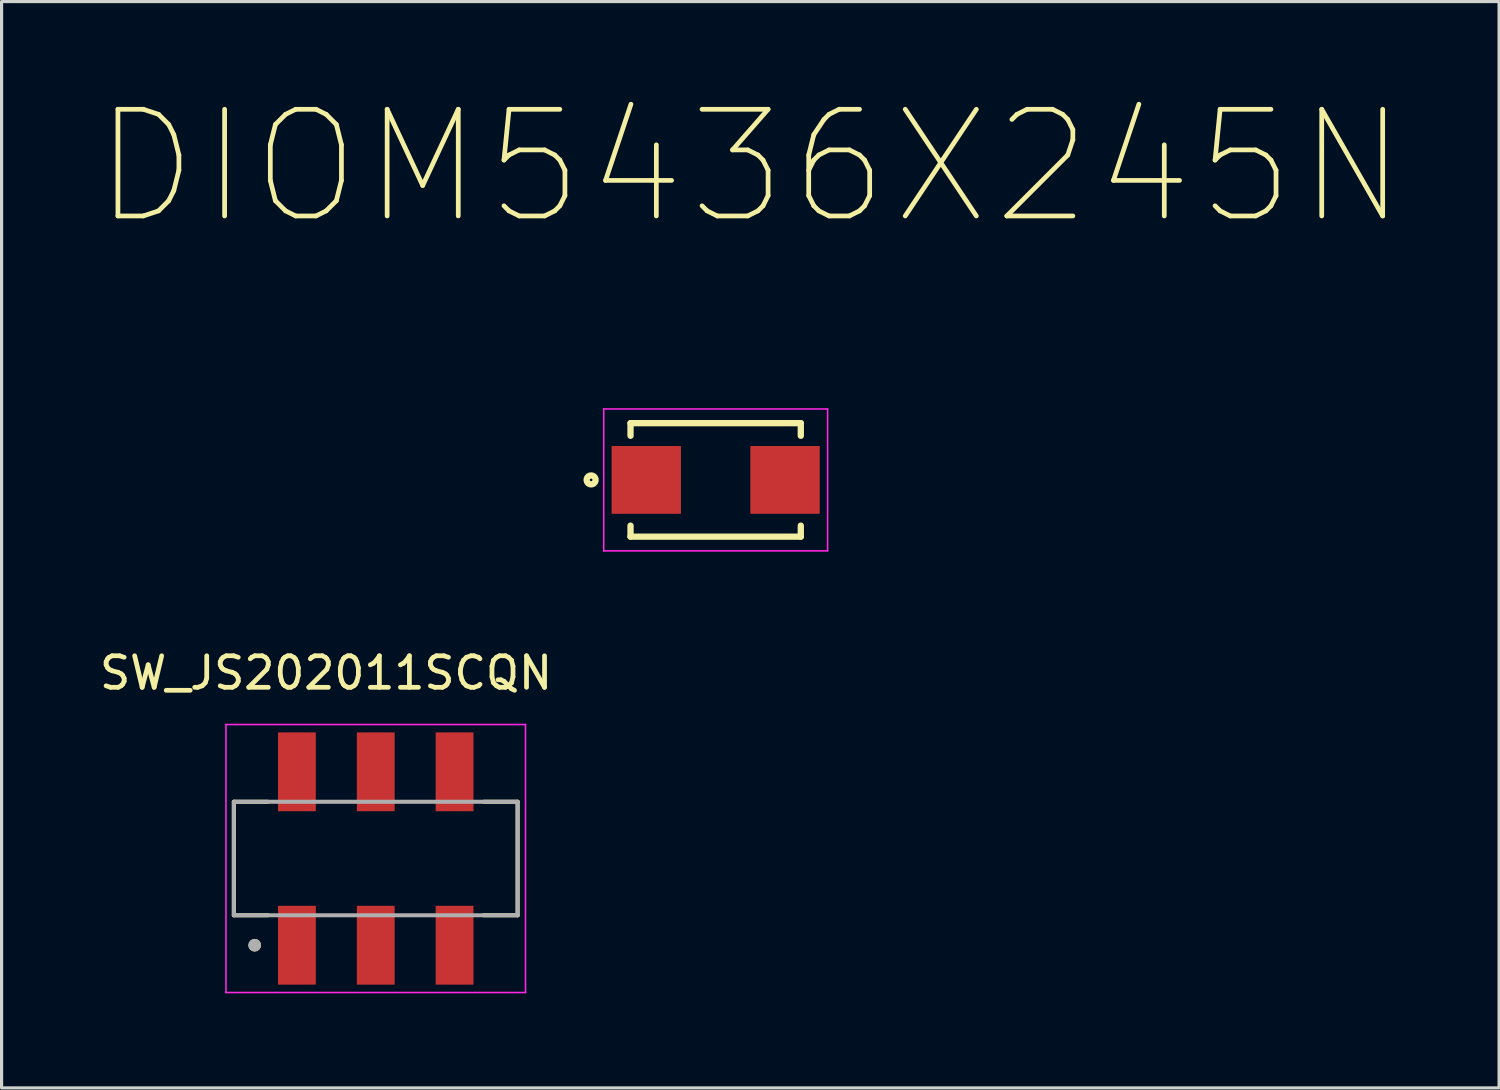
<source format=kicad_pcb>
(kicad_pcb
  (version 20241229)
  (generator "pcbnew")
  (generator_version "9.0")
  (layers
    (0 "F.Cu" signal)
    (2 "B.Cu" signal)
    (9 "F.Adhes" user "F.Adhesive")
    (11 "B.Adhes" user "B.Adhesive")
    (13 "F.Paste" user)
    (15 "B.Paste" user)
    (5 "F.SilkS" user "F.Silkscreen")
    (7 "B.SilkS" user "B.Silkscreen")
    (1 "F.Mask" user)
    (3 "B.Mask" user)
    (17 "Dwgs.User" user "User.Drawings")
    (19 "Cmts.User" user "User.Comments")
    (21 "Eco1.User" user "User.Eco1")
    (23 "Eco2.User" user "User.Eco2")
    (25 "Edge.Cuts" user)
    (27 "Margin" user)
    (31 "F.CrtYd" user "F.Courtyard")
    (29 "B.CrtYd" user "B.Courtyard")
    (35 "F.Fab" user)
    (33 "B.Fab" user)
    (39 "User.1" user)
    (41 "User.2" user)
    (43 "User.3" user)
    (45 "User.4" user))
  (footprint "DIOM5436X245N"
    (layer "F.Cu")
    (at 19.648 12.171)
    (property "Reference" "DIOM5436X245N" (at 1.099 -9.929 0) (layer "F.SilkS") (effects (font (size 3.383 3.383) (thickness 0.15))))
    (attr smd)
    (fp_line (start -2.7 -1.8) (end -2.7 -1.4) (stroke (width 0.2) (type solid)) (layer "F.SilkS"))
    (fp_line (start -2.7 -1.8) (end 2.7 -1.8) (stroke (width 0.2) (type solid)) (layer "F.SilkS"))
    (fp_line (start -2.7 1.8) (end -2.7 1.45) (stroke (width 0.2) (type solid)) (layer "F.SilkS"))
    (fp_line (start -2.7 1.8) (end 2.7 1.8) (stroke (width 0.2) (type solid)) (layer "F.SilkS"))
    (fp_line (start 2.7 -1.8) (end 2.7 -1.4) (stroke (width 0.2) (type solid)) (layer "F.SilkS"))
    (fp_line (start 2.7 1.8) (end 2.7 1.45) (stroke (width 0.2) (type solid)) (layer "F.SilkS"))
    (fp_circle (center -3.95 0) (end -3.809 0) (stroke (width 0.2) (type solid)) (fill no) (layer "F.SilkS"))
    (fp_line (start -3.55 -2.25) (end 3.55 -2.25) (stroke (width 0.05) (type solid)) (layer "F.CrtYd"))
    (fp_line (start -3.55 2.25) (end -3.55 -2.25) (stroke (width 0.05) (type solid)) (layer "F.CrtYd"))
    (fp_line (start 3.55 -2.25) (end 3.55 2.25) (stroke (width 0.05) (type solid)) (layer "F.CrtYd"))
    (fp_line (start 3.55 2.25) (end -3.55 2.25) (stroke (width 0.05) (type solid)) (layer "F.CrtYd"))
    (pad "A" smd rect (at 2.2 0) (size 2.2 2.15) (layers "F.Cu" "F.Mask" "F.Paste"))
    (pad "C" smd rect (at -2.2 0) (size 2.2 2.15) (layers "F.Cu" "F.Mask" "F.Paste")))
  (footprint "SW_JS202011SCQN"
    (layer "F.Cu")
    (at 8.867 24.179)
    (property "Reference" "SW_JS202011SCQN" (at -1.575 -5.885 0) (layer "F.SilkS") (effects (font (size 1 1) (thickness 0.15))))
    (attr smd)
    (fp_line (start -4.5 -1.8) (end -4.5 1.8) (stroke (width 0.127) (type solid)) (layer "F.SilkS"))
    (fp_line (start -4.5 1.8) (end -3.42 1.8) (stroke (width 0.127) (type solid)) (layer "F.SilkS"))
    (fp_line (start -3.42 -1.8) (end -4.5 -1.8) (stroke (width 0.127) (type solid)) (layer "F.SilkS"))
    (fp_line (start 3.42 1.8) (end 4.5 1.8) (stroke (width 0.127) (type solid)) (layer "F.SilkS"))
    (fp_line (start 4.5 -1.8) (end 3.42 -1.8) (stroke (width 0.127) (type solid)) (layer "F.SilkS"))
    (fp_line (start 4.5 1.8) (end 4.5 -1.8) (stroke (width 0.127) (type solid)) (layer "F.SilkS"))
    (fp_circle (center -3.84 2.75) (end -3.74 2.75) (stroke (width 0.2) (type solid)) (fill no) (layer "F.SilkS"))
    (fp_line (start -4.75 -4.25) (end -4.75 4.25) (stroke (width 0.05) (type solid)) (layer "F.CrtYd"))
    (fp_line (start -4.75 4.25) (end 4.75 4.25) (stroke (width 0.05) (type solid)) (layer "F.CrtYd"))
    (fp_line (start 4.75 -4.25) (end -4.75 -4.25) (stroke (width 0.05) (type solid)) (layer "F.CrtYd"))
    (fp_line (start 4.75 4.25) (end 4.75 -4.25) (stroke (width 0.05) (type solid)) (layer "F.CrtYd"))
    (fp_line (start -4.5 -1.8) (end -4.5 1.8) (stroke (width 0.127) (type solid)) (layer "F.Fab"))
    (fp_line (start -4.5 1.8) (end 4.5 1.8) (stroke (width 0.127) (type solid)) (layer "F.Fab"))
    (fp_line (start 4.5 -1.8) (end -4.5 -1.8) (stroke (width 0.127) (type solid)) (layer "F.Fab"))
    (fp_line (start 4.5 1.8) (end 4.5 -1.8) (stroke (width 0.127) (type solid)) (layer "F.Fab"))
    (fp_circle (center -3.84 2.75) (end -3.74 2.75) (stroke (width 0.2) (type solid)) (fill no) (layer "F.Fab"))
    (pad "1" smd rect (at -2.5 2.75) (size 1.2 2.5) (layers "F.Cu" "F.Mask" "F.Paste"))
    (pad "2" smd rect (at 0 2.75) (size 1.2 2.5) (layers "F.Cu" "F.Mask" "F.Paste"))
    (pad "3" smd rect (at 2.5 2.75) (size 1.2 2.5) (layers "F.Cu" "F.Mask" "F.Paste"))
    (pad "4" smd rect (at -2.5 -2.75) (size 1.2 2.5) (layers "F.Cu" "F.Mask" "F.Paste"))
    (pad "5" smd rect (at 0 -2.75) (size 1.2 2.5) (layers "F.Cu" "F.Mask" "F.Paste"))
    (pad "6" smd rect (at 2.5 -2.75) (size 1.2 2.5) (layers "F.Cu" "F.Mask" "F.Paste")))
  (gr_rect
    (start -3 -3)
    (end 44.495 31.454)
    (stroke (width 0.1) (type default))
    (fill no)
    (layer "Edge.Cuts")))
</source>
